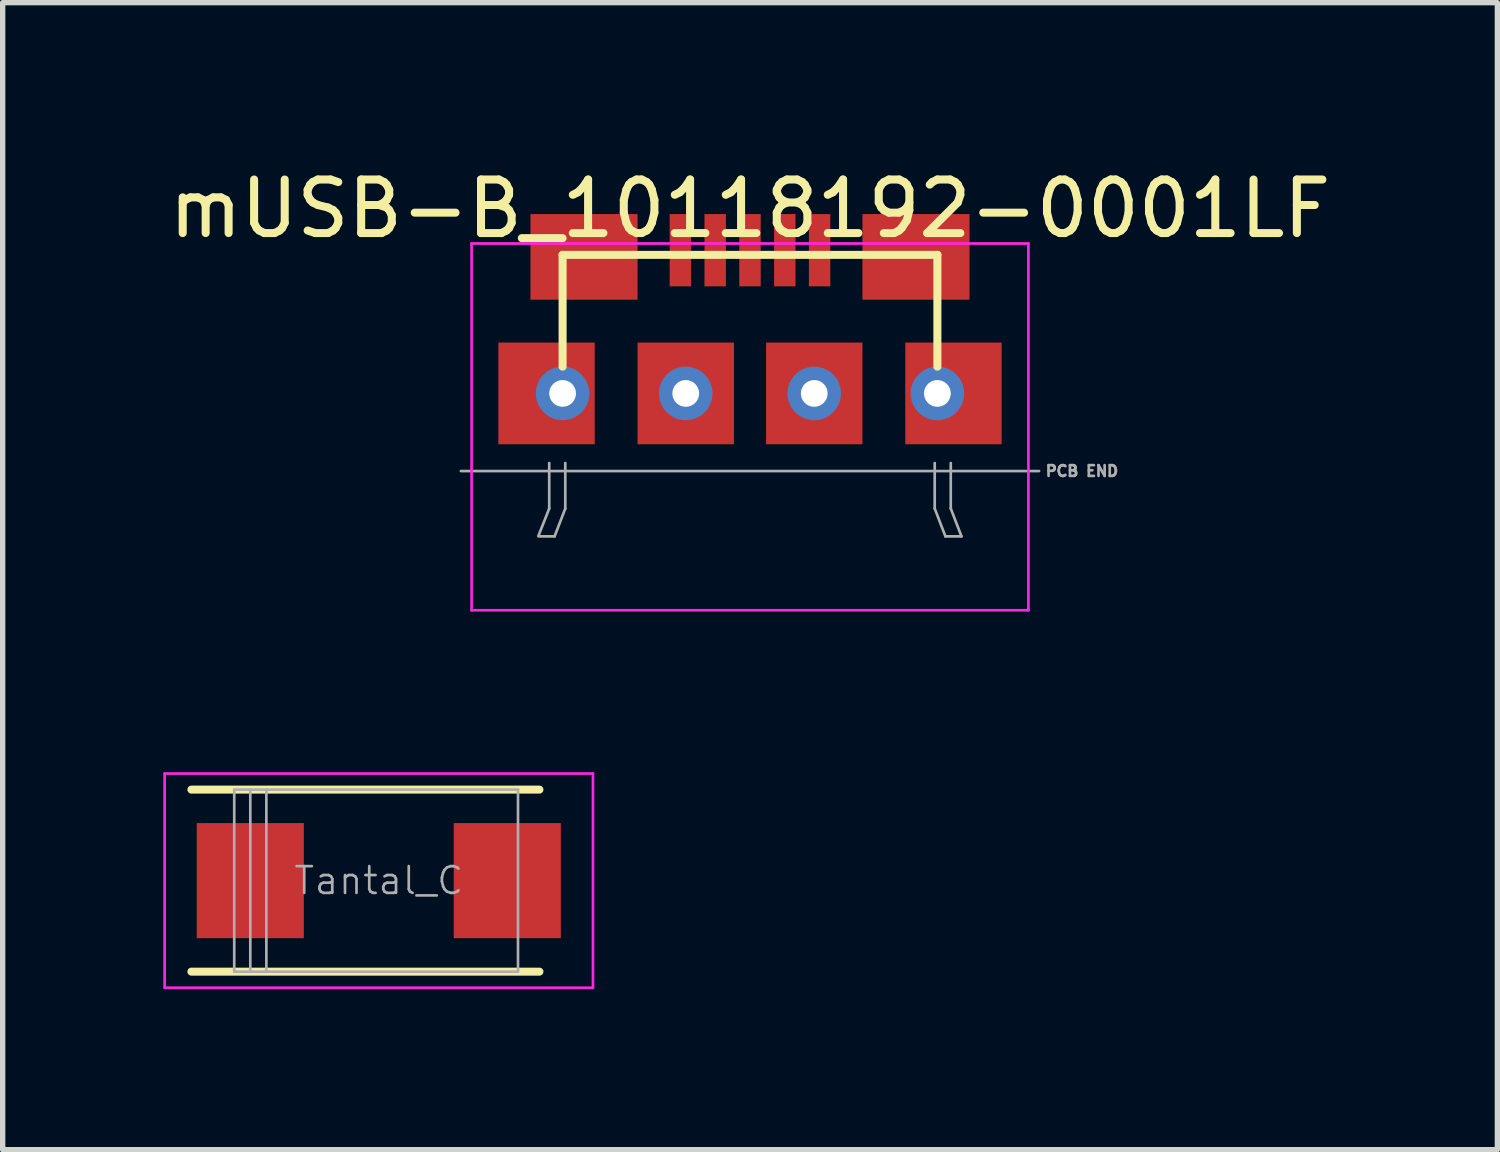
<source format=kicad_pcb>
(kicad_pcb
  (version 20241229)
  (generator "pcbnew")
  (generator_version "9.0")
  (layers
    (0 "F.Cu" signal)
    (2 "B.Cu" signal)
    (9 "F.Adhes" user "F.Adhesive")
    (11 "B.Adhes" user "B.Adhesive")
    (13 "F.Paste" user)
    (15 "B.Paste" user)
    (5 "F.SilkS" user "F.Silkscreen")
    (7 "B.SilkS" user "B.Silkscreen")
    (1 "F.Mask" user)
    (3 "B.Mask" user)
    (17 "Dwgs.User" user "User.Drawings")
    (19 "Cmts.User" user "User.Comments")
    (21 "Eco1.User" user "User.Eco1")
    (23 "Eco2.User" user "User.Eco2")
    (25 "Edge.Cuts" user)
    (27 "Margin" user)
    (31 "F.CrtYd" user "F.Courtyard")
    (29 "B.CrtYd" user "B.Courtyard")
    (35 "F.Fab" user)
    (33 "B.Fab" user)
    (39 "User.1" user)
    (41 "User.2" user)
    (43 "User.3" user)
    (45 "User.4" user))
  (footprint "mUSB-B_10118192-0001LF"
    (layer "F.Cu")
    (at 10.958 4.298)
    (property "Reference" "mUSB-B_10118192-0001LF" (at 0 -3.45 0) (layer "F.SilkS") (effects (font (size 1 1) (thickness 0.15))))
    (attr smd)
    (fp_line (start -3.5 -2.588) (end -3.5 -0.5) (stroke (width 0.15) (type solid)) (layer "F.SilkS"))
    (fp_line (start -3.5 -2.588) (end 3.5 -2.588) (stroke (width 0.15) (type solid)) (layer "F.SilkS"))
    (fp_line (start 3.5 -2.588) (end 3.5 -0.5) (stroke (width 0.15) (type solid)) (layer "F.SilkS"))
    (fp_line (start -5.2 -2.8) (end 5.2 -2.8) (stroke (width 0.05) (type solid)) (layer "F.CrtYd"))
    (fp_line (start -5.2 4.05) (end -5.2 -2.8) (stroke (width 0.05) (type solid)) (layer "F.CrtYd"))
    (fp_line (start 5.2 -2.8) (end 5.2 4.05) (stroke (width 0.05) (type solid)) (layer "F.CrtYd"))
    (fp_line (start 5.2 4.05) (end -5.2 4.05) (stroke (width 0.05) (type solid)) (layer "F.CrtYd"))
    (fp_line (start -3.95 2.67) (end -3.65 2.67) (stroke (width 0.05) (type solid)) (layer "F.Fab"))
    (fp_line (start -3.75 1.3) (end -3.75 2.15) (stroke (width 0.05) (type solid)) (layer "F.Fab"))
    (fp_line (start -3.75 2.15) (end -3.95 2.657) (stroke (width 0.05) (type solid)) (layer "F.Fab"))
    (fp_line (start -3.45 1.3) (end -3.45 2.15) (stroke (width 0.05) (type solid)) (layer "F.Fab"))
    (fp_line (start -3.45 2.15) (end -3.65 2.67) (stroke (width 0.05) (type solid)) (layer "F.Fab"))
    (fp_line (start 3.45 1.3) (end 3.45 2.15) (stroke (width 0.05) (type solid)) (layer "F.Fab"))
    (fp_line (start 3.45 2.15) (end 3.65 2.67) (stroke (width 0.05) (type solid)) (layer "F.Fab"))
    (fp_line (start 3.75 1.3) (end 3.75 2.15) (stroke (width 0.05) (type solid)) (layer "F.Fab"))
    (fp_line (start 3.75 2.15) (end 3.95 2.67) (stroke (width 0.05) (type solid)) (layer "F.Fab"))
    (fp_line (start 3.95 2.67) (end 3.65 2.67) (stroke (width 0.05) (type solid)) (layer "F.Fab"))
    (fp_line (start 5.4 1.45) (end -5.4 1.45) (stroke (width 0.05) (type solid)) (layer "F.Fab"))
    (fp_text user "PCB END" (at 6.2 1.45 0) (layer "F.Fab") (effects (font (size 0.2 0.2) (thickness 0.05))))
    (pad "1" smd rect (at -1.3 -2.675) (size 0.4 1.35) (layers "F.Cu" "F.Mask" "F.Paste"))
    (pad "2" smd rect (at -0.65 -2.675) (size 0.4 1.35) (layers "F.Cu" "F.Mask" "F.Paste"))
    (pad "3" smd rect (at 0 -2.675) (size 0.4 1.35) (layers "F.Cu" "F.Mask" "F.Paste"))
    (pad "4" smd rect (at 0.65 -2.675) (size 0.4 1.35) (layers "F.Cu" "F.Mask" "F.Paste"))
    (pad "5" smd rect (at 1.3 -2.675) (size 0.4 1.35) (layers "F.Cu" "F.Mask" "F.Paste"))
    (pad "6" smd rect (at -3.8 0) (size 1.8 1.9) (layers "F.Cu" "F.Mask" "F.Paste"))
    (pad "6" thru_hole circle (at -3.5 0) (size 1 1) (drill 0.5) (layers "*.Cu" "*.Mask"))
    (pad "6" smd rect (at -3.1 -2.55) (size 2 1.6) (layers "F.Cu" "F.Mask" "F.Paste"))
    (pad "6" thru_hole circle (at -1.2 0) (size 1 1) (drill 0.5) (layers "*.Cu" "*.Mask"))
    (pad "6" smd rect (at -1.2 0) (size 1.8 1.9) (layers "F.Cu" "F.Mask" "F.Paste"))
    (pad "6" thru_hole circle (at 1.2 0) (size 1 1) (drill 0.5) (layers "*.Cu" "*.Mask"))
    (pad "6" smd rect (at 1.2 0) (size 1.8 1.9) (layers "F.Cu" "F.Mask" "F.Paste"))
    (pad "6" smd rect (at 3.1 -2.55) (size 2 1.6) (layers "F.Cu" "F.Mask" "F.Paste"))
    (pad "6" thru_hole circle (at 3.5 0) (size 1 1) (drill 0.5) (layers "*.Cu" "*.Mask"))
    (pad "6" smd rect (at 3.8 0) (size 1.8 1.9) (layers "F.Cu" "F.Mask" "F.Paste")))
  (footprint "Tantal_C"
    (layer "F.Cu")
    (at 4.025 13.398)
    (property "Reference" "Tantal_C" (at 0 0 0) (layer "F.Fab") (effects (font (size 0.5 0.5) (thickness 0.05))))
    (attr smd)
    (fp_line (start 3 -1.7) (end -3.5 -1.7) (stroke (width 0.15) (type solid)) (layer "F.SilkS"))
    (fp_line (start 3 1.7) (end -3.5 1.7) (stroke (width 0.15) (type solid)) (layer "F.SilkS"))
    (fp_line (start -4 -2) (end -4 2) (stroke (width 0.05) (type solid)) (layer "F.CrtYd"))
    (fp_line (start -4 2) (end 4 2) (stroke (width 0.05) (type solid)) (layer "F.CrtYd"))
    (fp_line (start 4 -2) (end -4 -2) (stroke (width 0.05) (type solid)) (layer "F.CrtYd"))
    (fp_line (start 4 2) (end 4 -2) (stroke (width 0.05) (type solid)) (layer "F.CrtYd"))
    (fp_line (start -2.7 -1.7) (end -2.7 1.7) (stroke (width 0.05) (type solid)) (layer "F.Fab"))
    (fp_line (start -2.7 1.7) (end 2.6 1.7) (stroke (width 0.05) (type solid)) (layer "F.Fab"))
    (fp_line (start -2.4 -1.7) (end -2.4 1.7) (stroke (width 0.05) (type solid)) (layer "F.Fab"))
    (fp_line (start -2.1 1.7) (end -2.1 -1.7) (stroke (width 0.05) (type solid)) (layer "F.Fab"))
    (fp_line (start 2.6 -1.7) (end -2.7 -1.7) (stroke (width 0.05) (type solid)) (layer "F.Fab"))
    (fp_line (start 2.6 1.7) (end 2.6 -1.7) (stroke (width 0.05) (type solid)) (layer "F.Fab"))
    (pad "1" smd rect (at -2.4 0) (size 2 2.15) (layers "F.Cu" "F.Mask" "F.Paste"))
    (pad "2" smd rect (at 2.4 0) (size 2 2.15) (layers "F.Cu" "F.Mask" "F.Paste")))
  (gr_rect
    (start -3 -3)
    (end 24.917 18.423)
    (stroke (width 0.1) (type default))
    (fill no)
    (layer "Edge.Cuts")))
</source>
